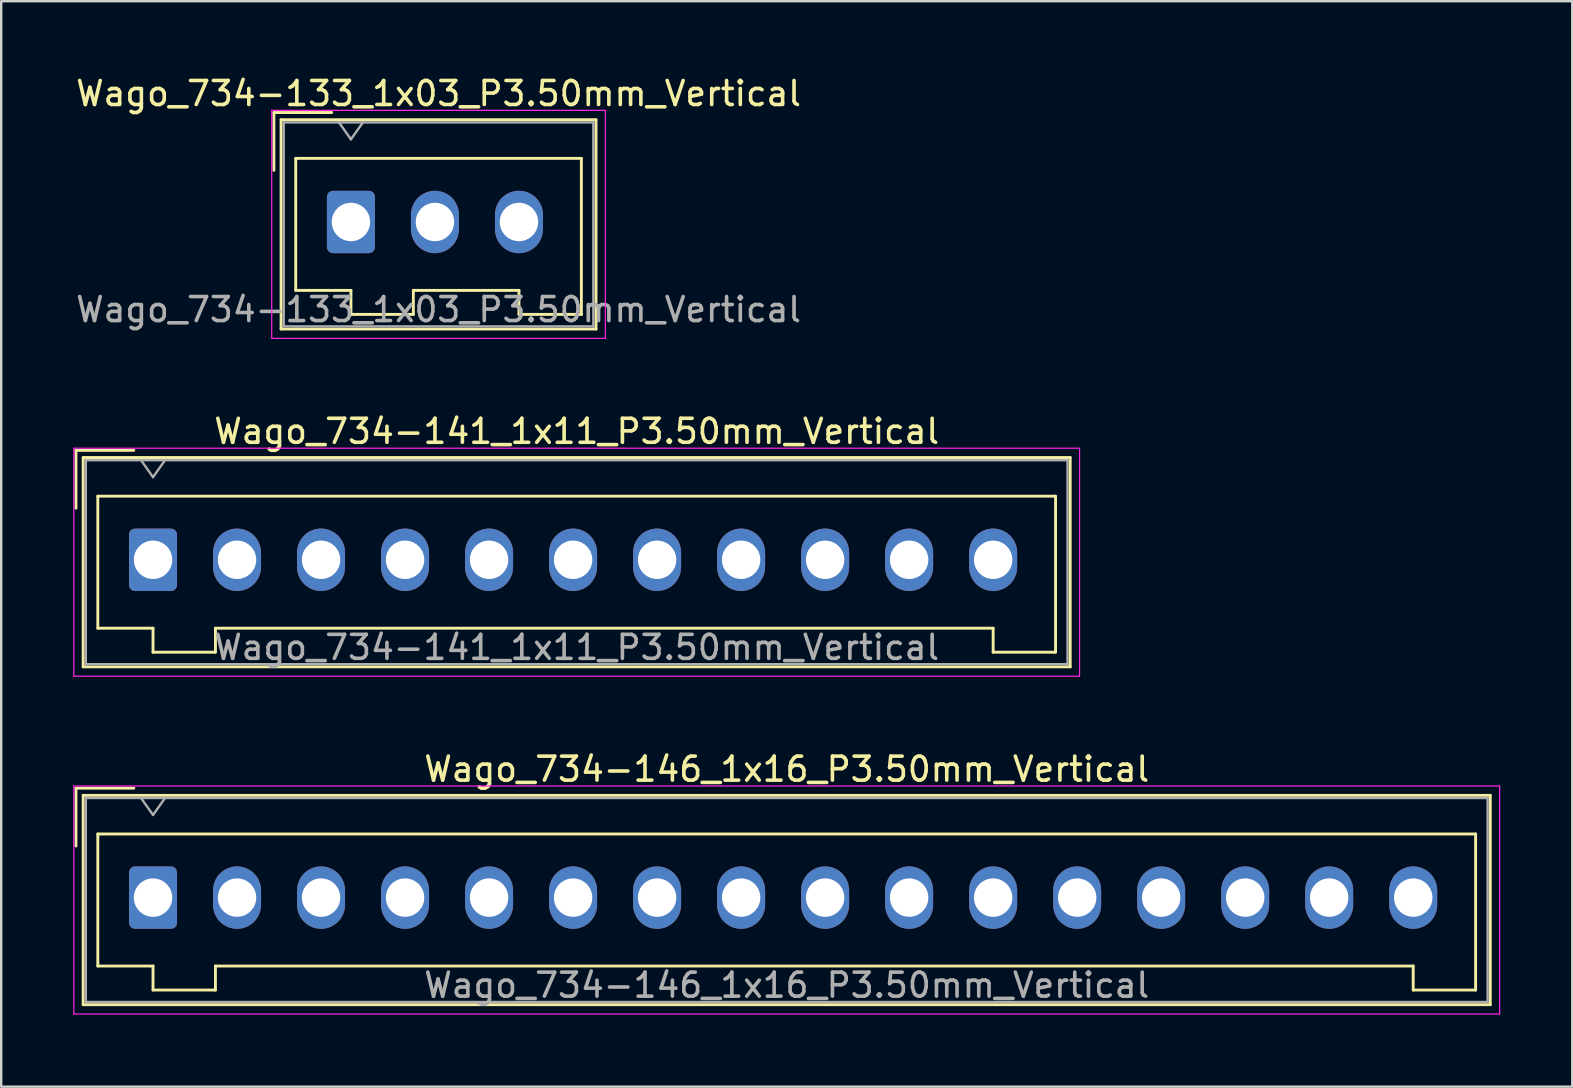
<source format=kicad_pcb>
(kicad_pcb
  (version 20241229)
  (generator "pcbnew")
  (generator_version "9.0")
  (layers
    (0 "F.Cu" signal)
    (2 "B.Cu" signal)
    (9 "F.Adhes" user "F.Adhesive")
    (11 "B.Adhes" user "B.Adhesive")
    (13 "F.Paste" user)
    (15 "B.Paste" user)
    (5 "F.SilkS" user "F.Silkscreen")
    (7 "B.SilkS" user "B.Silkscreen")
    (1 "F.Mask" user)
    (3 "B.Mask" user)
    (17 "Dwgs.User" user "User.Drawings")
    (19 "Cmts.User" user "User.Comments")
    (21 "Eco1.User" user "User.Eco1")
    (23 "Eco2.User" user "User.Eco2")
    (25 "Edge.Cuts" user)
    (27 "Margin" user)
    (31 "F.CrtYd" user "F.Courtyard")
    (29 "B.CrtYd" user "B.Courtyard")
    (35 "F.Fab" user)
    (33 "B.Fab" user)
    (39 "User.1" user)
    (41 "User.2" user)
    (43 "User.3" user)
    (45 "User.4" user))
  (footprint "Wago_734-146_1x16_P3.50mm_Vertical"
    (layer "F.Cu")
    (at 3.325 34.345)
    (property "Reference" "Wago_734-146_1x16_P3.50mm_Vertical" (at 26.4 -5.35 0) (layer "F.SilkS") (effects (font (size 1 1) (thickness 0.15))))
    (attr through_hole)
    (fp_line (start -3.21 -4.56) (end -0.8 -4.56) (stroke (width 0.12) (type solid)) (layer "F.SilkS"))
    (fp_line (start -3.21 -2.15) (end -3.21 -4.56) (stroke (width 0.12) (type solid)) (layer "F.SilkS"))
    (fp_line (start -2.91 -4.26) (end -2.91 4.46) (stroke (width 0.12) (type solid)) (layer "F.SilkS"))
    (fp_line (start -2.91 4.46) (end 55.71 4.46) (stroke (width 0.12) (type solid)) (layer "F.SilkS"))
    (fp_line (start -2.3 -2.65) (end -2.3 2.85) (stroke (width 0.12) (type solid)) (layer "F.SilkS"))
    (fp_line (start -2.3 2.85) (end 0 2.85) (stroke (width 0.12) (type solid)) (layer "F.SilkS"))
    (fp_line (start 0 2.85) (end 0 3.85) (stroke (width 0.12) (type solid)) (layer "F.SilkS"))
    (fp_line (start 0 3.85) (end 2.6 3.85) (stroke (width 0.12) (type solid)) (layer "F.SilkS"))
    (fp_line (start 2.6 2.85) (end 52.5 2.85) (stroke (width 0.12) (type solid)) (layer "F.SilkS"))
    (fp_line (start 2.6 3.85) (end 2.6 2.85) (stroke (width 0.12) (type solid)) (layer "F.SilkS"))
    (fp_line (start 52.5 2.85) (end 52.5 3.85) (stroke (width 0.12) (type solid)) (layer "F.SilkS"))
    (fp_line (start 52.5 3.85) (end 55.1 3.85) (stroke (width 0.12) (type solid)) (layer "F.SilkS"))
    (fp_line (start 55.1 -2.65) (end -2.3 -2.65) (stroke (width 0.12) (type solid)) (layer "F.SilkS"))
    (fp_line (start 55.1 3.85) (end 55.1 -2.65) (stroke (width 0.12) (type solid)) (layer "F.SilkS"))
    (fp_line (start 55.71 -4.26) (end -2.91 -4.26) (stroke (width 0.12) (type solid)) (layer "F.SilkS"))
    (fp_line (start 55.71 4.46) (end 55.71 -4.26) (stroke (width 0.12) (type solid)) (layer "F.SilkS"))
    (fp_line (start -3.3 -4.65) (end -3.3 4.85) (stroke (width 0.05) (type solid)) (layer "F.CrtYd"))
    (fp_line (start -3.3 4.85) (end 56.1 4.85) (stroke (width 0.05) (type solid)) (layer "F.CrtYd"))
    (fp_line (start 56.1 -4.65) (end -3.3 -4.65) (stroke (width 0.05) (type solid)) (layer "F.CrtYd"))
    (fp_line (start 56.1 4.85) (end 56.1 -4.65) (stroke (width 0.05) (type solid)) (layer "F.CrtYd"))
    (fp_line (start -2.8 -4.15) (end -2.8 4.35) (stroke (width 0.1) (type solid)) (layer "F.Fab"))
    (fp_line (start -2.8 4.35) (end 55.6 4.35) (stroke (width 0.1) (type solid)) (layer "F.Fab"))
    (fp_line (start -0.5 -4.15) (end 0 -3.443) (stroke (width 0.1) (type solid)) (layer "F.Fab"))
    (fp_line (start 0 -3.443) (end 0.5 -4.15) (stroke (width 0.1) (type solid)) (layer "F.Fab"))
    (fp_line (start 55.6 -4.15) (end -2.8 -4.15) (stroke (width 0.1) (type solid)) (layer "F.Fab"))
    (fp_line (start 55.6 4.35) (end 55.6 -4.15) (stroke (width 0.1) (type solid)) (layer "F.Fab"))
    (fp_text user "${REFERENCE}" (at 26.4 3.65 0) (layer "F.Fab") (effects (font (size 1 1) (thickness 0.15))))
    (pad "1" thru_hole roundrect (at 0 0) (size 2 2.6) (drill 1.6) (layers "*.Cu" "*.Mask") (roundrect_rratio 0.125))
    (pad "2" thru_hole oval (at 3.5 0) (size 2 2.6) (drill 1.6) (layers "*.Cu" "*.Mask"))
    (pad "3" thru_hole oval (at 7 0) (size 2 2.6) (drill 1.6) (layers "*.Cu" "*.Mask"))
    (pad "4" thru_hole oval (at 10.5 0) (size 2 2.6) (drill 1.6) (layers "*.Cu" "*.Mask"))
    (pad "5" thru_hole oval (at 14 0) (size 2 2.6) (drill 1.6) (layers "*.Cu" "*.Mask"))
    (pad "6" thru_hole oval (at 17.5 0) (size 2 2.6) (drill 1.6) (layers "*.Cu" "*.Mask"))
    (pad "7" thru_hole oval (at 21 0) (size 2 2.6) (drill 1.6) (layers "*.Cu" "*.Mask"))
    (pad "8" thru_hole oval (at 24.5 0) (size 2 2.6) (drill 1.6) (layers "*.Cu" "*.Mask"))
    (pad "9" thru_hole oval (at 28 0) (size 2 2.6) (drill 1.6) (layers "*.Cu" "*.Mask"))
    (pad "10" thru_hole oval (at 31.5 0) (size 2 2.6) (drill 1.6) (layers "*.Cu" "*.Mask"))
    (pad "11" thru_hole oval (at 35 0) (size 2 2.6) (drill 1.6) (layers "*.Cu" "*.Mask"))
    (pad "12" thru_hole oval (at 38.5 0) (size 2 2.6) (drill 1.6) (layers "*.Cu" "*.Mask"))
    (pad "13" thru_hole oval (at 42 0) (size 2 2.6) (drill 1.6) (layers "*.Cu" "*.Mask"))
    (pad "14" thru_hole oval (at 45.5 0) (size 2 2.6) (drill 1.6) (layers "*.Cu" "*.Mask"))
    (pad "15" thru_hole oval (at 49 0) (size 2 2.6) (drill 1.6) (layers "*.Cu" "*.Mask"))
    (pad "16" thru_hole oval (at 52.5 0) (size 2 2.6) (drill 1.6) (layers "*.Cu" "*.Mask")))
  (footprint "Wago_734-133_1x03_P3.50mm_Vertical"
    (layer "F.Cu")
    (at 11.57 6.198)
    (property "Reference" "Wago_734-133_1x03_P3.50mm_Vertical" (at 3.65 -5.35 0) (layer "F.SilkS") (effects (font (size 1 1) (thickness 0.15))))
    (attr through_hole)
    (fp_line (start -3.21 -4.56) (end -0.8 -4.56) (stroke (width 0.12) (type solid)) (layer "F.SilkS"))
    (fp_line (start -3.21 -2.15) (end -3.21 -4.56) (stroke (width 0.12) (type solid)) (layer "F.SilkS"))
    (fp_line (start -2.91 -4.26) (end -2.91 4.46) (stroke (width 0.12) (type solid)) (layer "F.SilkS"))
    (fp_line (start -2.91 4.46) (end 10.21 4.46) (stroke (width 0.12) (type solid)) (layer "F.SilkS"))
    (fp_line (start -2.3 -2.65) (end -2.3 2.85) (stroke (width 0.12) (type solid)) (layer "F.SilkS"))
    (fp_line (start -2.3 2.85) (end 0 2.85) (stroke (width 0.12) (type solid)) (layer "F.SilkS"))
    (fp_line (start 0 2.85) (end 0 3.85) (stroke (width 0.12) (type solid)) (layer "F.SilkS"))
    (fp_line (start 0 3.85) (end 2.6 3.85) (stroke (width 0.12) (type solid)) (layer "F.SilkS"))
    (fp_line (start 2.6 2.85) (end 7 2.85) (stroke (width 0.12) (type solid)) (layer "F.SilkS"))
    (fp_line (start 2.6 3.85) (end 2.6 2.85) (stroke (width 0.12) (type solid)) (layer "F.SilkS"))
    (fp_line (start 7 2.85) (end 7 3.85) (stroke (width 0.12) (type solid)) (layer "F.SilkS"))
    (fp_line (start 7 3.85) (end 9.6 3.85) (stroke (width 0.12) (type solid)) (layer "F.SilkS"))
    (fp_line (start 9.6 -2.65) (end -2.3 -2.65) (stroke (width 0.12) (type solid)) (layer "F.SilkS"))
    (fp_line (start 9.6 3.85) (end 9.6 -2.65) (stroke (width 0.12) (type solid)) (layer "F.SilkS"))
    (fp_line (start 10.21 -4.26) (end -2.91 -4.26) (stroke (width 0.12) (type solid)) (layer "F.SilkS"))
    (fp_line (start 10.21 4.46) (end 10.21 -4.26) (stroke (width 0.12) (type solid)) (layer "F.SilkS"))
    (fp_line (start -3.3 -4.65) (end -3.3 4.85) (stroke (width 0.05) (type solid)) (layer "F.CrtYd"))
    (fp_line (start -3.3 4.85) (end 10.6 4.85) (stroke (width 0.05) (type solid)) (layer "F.CrtYd"))
    (fp_line (start 10.6 -4.65) (end -3.3 -4.65) (stroke (width 0.05) (type solid)) (layer "F.CrtYd"))
    (fp_line (start 10.6 4.85) (end 10.6 -4.65) (stroke (width 0.05) (type solid)) (layer "F.CrtYd"))
    (fp_line (start -2.8 -4.15) (end -2.8 4.35) (stroke (width 0.1) (type solid)) (layer "F.Fab"))
    (fp_line (start -2.8 4.35) (end 10.1 4.35) (stroke (width 0.1) (type solid)) (layer "F.Fab"))
    (fp_line (start -0.5 -4.15) (end 0 -3.443) (stroke (width 0.1) (type solid)) (layer "F.Fab"))
    (fp_line (start 0 -3.443) (end 0.5 -4.15) (stroke (width 0.1) (type solid)) (layer "F.Fab"))
    (fp_line (start 10.1 -4.15) (end -2.8 -4.15) (stroke (width 0.1) (type solid)) (layer "F.Fab"))
    (fp_line (start 10.1 4.35) (end 10.1 -4.15) (stroke (width 0.1) (type solid)) (layer "F.Fab"))
    (fp_text user "${REFERENCE}" (at 3.65 3.65 0) (layer "F.Fab") (effects (font (size 1 1) (thickness 0.15))))
    (pad "1" thru_hole roundrect (at 0 0) (size 2 2.6) (drill 1.6) (layers "*.Cu" "*.Mask") (roundrect_rratio 0.125))
    (pad "2" thru_hole oval (at 3.5 0) (size 2 2.6) (drill 1.6) (layers "*.Cu" "*.Mask"))
    (pad "3" thru_hole oval (at 7 0) (size 2 2.6) (drill 1.6) (layers "*.Cu" "*.Mask")))
  (footprint "Wago_734-141_1x11_P3.50mm_Vertical"
    (layer "F.Cu")
    (at 3.325 20.271)
    (property "Reference" "Wago_734-141_1x11_P3.50mm_Vertical" (at 17.65 -5.35 0) (layer "F.SilkS") (effects (font (size 1 1) (thickness 0.15))))
    (attr through_hole)
    (fp_line (start -3.21 -4.56) (end -0.8 -4.56) (stroke (width 0.12) (type solid)) (layer "F.SilkS"))
    (fp_line (start -3.21 -2.15) (end -3.21 -4.56) (stroke (width 0.12) (type solid)) (layer "F.SilkS"))
    (fp_line (start -2.91 -4.26) (end -2.91 4.46) (stroke (width 0.12) (type solid)) (layer "F.SilkS"))
    (fp_line (start -2.91 4.46) (end 38.21 4.46) (stroke (width 0.12) (type solid)) (layer "F.SilkS"))
    (fp_line (start -2.3 -2.65) (end -2.3 2.85) (stroke (width 0.12) (type solid)) (layer "F.SilkS"))
    (fp_line (start -2.3 2.85) (end 0 2.85) (stroke (width 0.12) (type solid)) (layer "F.SilkS"))
    (fp_line (start 0 2.85) (end 0 3.85) (stroke (width 0.12) (type solid)) (layer "F.SilkS"))
    (fp_line (start 0 3.85) (end 2.6 3.85) (stroke (width 0.12) (type solid)) (layer "F.SilkS"))
    (fp_line (start 2.6 2.85) (end 35 2.85) (stroke (width 0.12) (type solid)) (layer "F.SilkS"))
    (fp_line (start 2.6 3.85) (end 2.6 2.85) (stroke (width 0.12) (type solid)) (layer "F.SilkS"))
    (fp_line (start 35 2.85) (end 35 3.85) (stroke (width 0.12) (type solid)) (layer "F.SilkS"))
    (fp_line (start 35 3.85) (end 37.6 3.85) (stroke (width 0.12) (type solid)) (layer "F.SilkS"))
    (fp_line (start 37.6 -2.65) (end -2.3 -2.65) (stroke (width 0.12) (type solid)) (layer "F.SilkS"))
    (fp_line (start 37.6 3.85) (end 37.6 -2.65) (stroke (width 0.12) (type solid)) (layer "F.SilkS"))
    (fp_line (start 38.21 -4.26) (end -2.91 -4.26) (stroke (width 0.12) (type solid)) (layer "F.SilkS"))
    (fp_line (start 38.21 4.46) (end 38.21 -4.26) (stroke (width 0.12) (type solid)) (layer "F.SilkS"))
    (fp_line (start -3.3 -4.65) (end -3.3 4.85) (stroke (width 0.05) (type solid)) (layer "F.CrtYd"))
    (fp_line (start -3.3 4.85) (end 38.6 4.85) (stroke (width 0.05) (type solid)) (layer "F.CrtYd"))
    (fp_line (start 38.6 -4.65) (end -3.3 -4.65) (stroke (width 0.05) (type solid)) (layer "F.CrtYd"))
    (fp_line (start 38.6 4.85) (end 38.6 -4.65) (stroke (width 0.05) (type solid)) (layer "F.CrtYd"))
    (fp_line (start -2.8 -4.15) (end -2.8 4.35) (stroke (width 0.1) (type solid)) (layer "F.Fab"))
    (fp_line (start -2.8 4.35) (end 38.1 4.35) (stroke (width 0.1) (type solid)) (layer "F.Fab"))
    (fp_line (start -0.5 -4.15) (end 0 -3.443) (stroke (width 0.1) (type solid)) (layer "F.Fab"))
    (fp_line (start 0 -3.443) (end 0.5 -4.15) (stroke (width 0.1) (type solid)) (layer "F.Fab"))
    (fp_line (start 38.1 -4.15) (end -2.8 -4.15) (stroke (width 0.1) (type solid)) (layer "F.Fab"))
    (fp_line (start 38.1 4.35) (end 38.1 -4.15) (stroke (width 0.1) (type solid)) (layer "F.Fab"))
    (fp_text user "${REFERENCE}" (at 17.65 3.65 0) (layer "F.Fab") (effects (font (size 1 1) (thickness 0.15))))
    (pad "1" thru_hole roundrect (at 0 0) (size 2 2.6) (drill 1.6) (layers "*.Cu" "*.Mask") (roundrect_rratio 0.125))
    (pad "2" thru_hole oval (at 3.5 0) (size 2 2.6) (drill 1.6) (layers "*.Cu" "*.Mask"))
    (pad "3" thru_hole oval (at 7 0) (size 2 2.6) (drill 1.6) (layers "*.Cu" "*.Mask"))
    (pad "4" thru_hole oval (at 10.5 0) (size 2 2.6) (drill 1.6) (layers "*.Cu" "*.Mask"))
    (pad "5" thru_hole oval (at 14 0) (size 2 2.6) (drill 1.6) (layers "*.Cu" "*.Mask"))
    (pad "6" thru_hole oval (at 17.5 0) (size 2 2.6) (drill 1.6) (layers "*.Cu" "*.Mask"))
    (pad "7" thru_hole oval (at 21 0) (size 2 2.6) (drill 1.6) (layers "*.Cu" "*.Mask"))
    (pad "8" thru_hole oval (at 24.5 0) (size 2 2.6) (drill 1.6) (layers "*.Cu" "*.Mask"))
    (pad "9" thru_hole oval (at 28 0) (size 2 2.6) (drill 1.6) (layers "*.Cu" "*.Mask"))
    (pad "10" thru_hole oval (at 31.5 0) (size 2 2.6) (drill 1.6) (layers "*.Cu" "*.Mask"))
    (pad "11" thru_hole oval (at 35 0) (size 2 2.6) (drill 1.6) (layers "*.Cu" "*.Mask")))
  (gr_rect
    (start -3 -3)
    (end 62.45 42.22)
    (stroke (width 0.1) (type default))
    (fill no)
    (layer "Edge.Cuts")))
</source>
